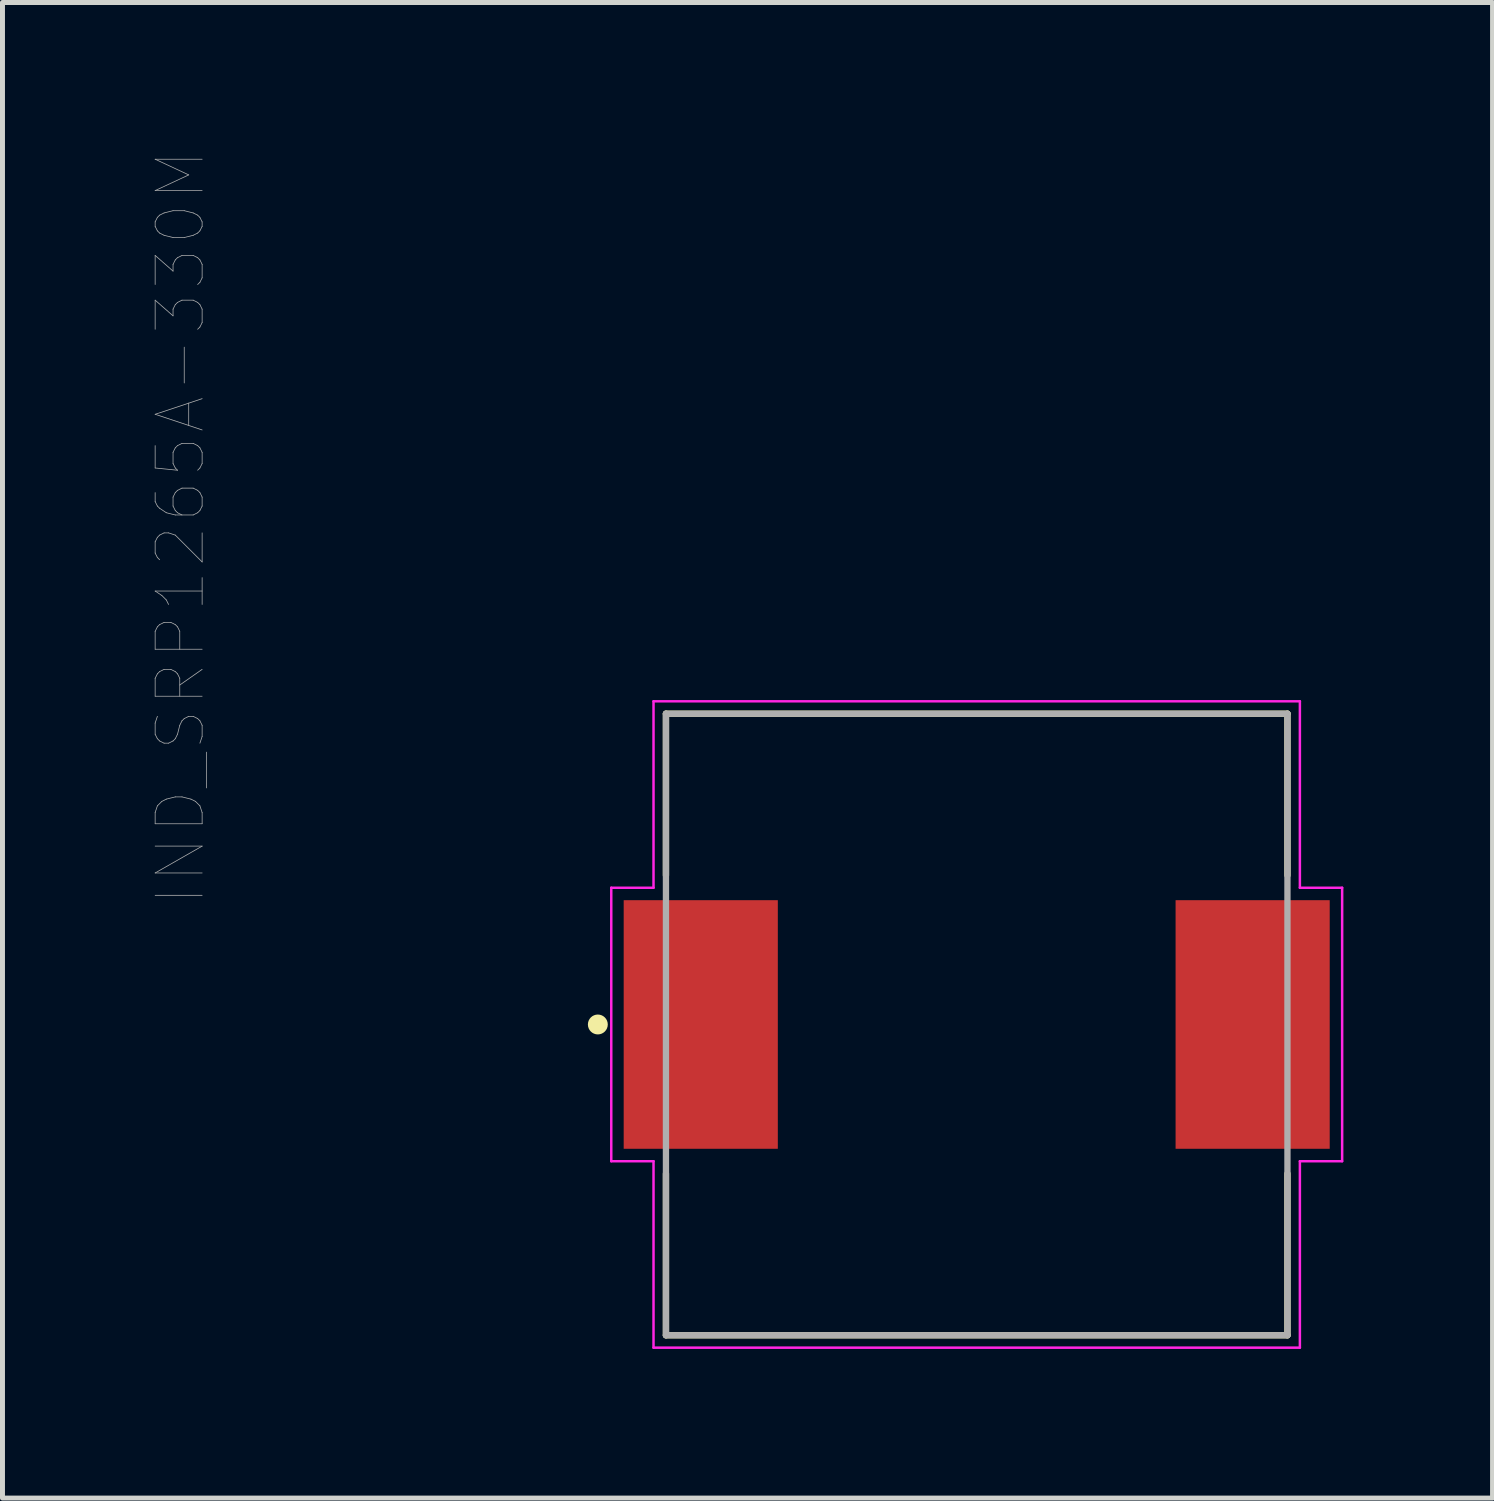
<source format=kicad_pcb>
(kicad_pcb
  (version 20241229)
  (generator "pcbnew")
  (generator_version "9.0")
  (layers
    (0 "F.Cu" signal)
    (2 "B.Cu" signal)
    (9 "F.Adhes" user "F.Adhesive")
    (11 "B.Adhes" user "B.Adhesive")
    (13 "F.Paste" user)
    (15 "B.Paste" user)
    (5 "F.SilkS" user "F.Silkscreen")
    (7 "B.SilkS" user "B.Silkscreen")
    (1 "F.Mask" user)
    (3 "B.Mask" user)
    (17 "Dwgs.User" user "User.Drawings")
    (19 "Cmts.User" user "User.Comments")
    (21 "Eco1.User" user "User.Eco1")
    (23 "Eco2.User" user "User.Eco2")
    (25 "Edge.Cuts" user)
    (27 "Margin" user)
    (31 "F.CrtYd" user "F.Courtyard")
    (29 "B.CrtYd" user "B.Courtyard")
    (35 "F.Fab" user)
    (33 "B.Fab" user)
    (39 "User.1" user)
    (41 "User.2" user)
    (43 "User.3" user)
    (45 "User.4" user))
  (footprint "IND_SRP1265A-330M"
    (layer "F.Cu")
    (at 16.594 17.555)
    (property "Reference" "IND_SRP1265A-330M" (at -16.015 -10 90) (layer "F.Fab") (effects (font (size 0.945 0.945) (thickness 0.015))))
    (attr through_hole)
    (fp_line (start -6.25 -6.25) (end 6.25 -6.25) (stroke (width 0.127) (type solid)) (layer "F.SilkS"))
    (fp_line (start -6.25 -3) (end -6.25 -6.25) (stroke (width 0.127) (type solid)) (layer "F.SilkS"))
    (fp_line (start -6.25 6.25) (end -6.25 3) (stroke (width 0.127) (type solid)) (layer "F.SilkS"))
    (fp_line (start 6.25 -6.25) (end 6.25 -3) (stroke (width 0.127) (type solid)) (layer "F.SilkS"))
    (fp_line (start 6.25 3) (end 6.25 6.25) (stroke (width 0.127) (type solid)) (layer "F.SilkS"))
    (fp_line (start 6.25 6.25) (end -6.25 6.25) (stroke (width 0.127) (type solid)) (layer "F.SilkS"))
    (fp_circle (center -7.62 0) (end -7.52 0) (stroke (width 0.2) (type solid)) (fill no) (layer "F.SilkS"))
    (fp_line (start -7.35 -2.75) (end -6.5 -2.75) (stroke (width 0.05) (type solid)) (layer "F.CrtYd"))
    (fp_line (start -7.35 2.75) (end -7.35 -2.75) (stroke (width 0.05) (type solid)) (layer "F.CrtYd"))
    (fp_line (start -6.5 -6.5) (end 6.5 -6.5) (stroke (width 0.05) (type solid)) (layer "F.CrtYd"))
    (fp_line (start -6.5 -2.75) (end -6.5 -6.5) (stroke (width 0.05) (type solid)) (layer "F.CrtYd"))
    (fp_line (start -6.5 2.75) (end -7.35 2.75) (stroke (width 0.05) (type solid)) (layer "F.CrtYd"))
    (fp_line (start -6.5 6.5) (end -6.5 2.75) (stroke (width 0.05) (type solid)) (layer "F.CrtYd"))
    (fp_line (start 6.5 -6.5) (end 6.5 -2.75) (stroke (width 0.05) (type solid)) (layer "F.CrtYd"))
    (fp_line (start 6.5 -2.75) (end 7.35 -2.75) (stroke (width 0.05) (type solid)) (layer "F.CrtYd"))
    (fp_line (start 6.5 2.75) (end 6.5 6.5) (stroke (width 0.05) (type solid)) (layer "F.CrtYd"))
    (fp_line (start 6.5 6.5) (end -6.5 6.5) (stroke (width 0.05) (type solid)) (layer "F.CrtYd"))
    (fp_line (start 7.35 -2.75) (end 7.35 2.75) (stroke (width 0.05) (type solid)) (layer "F.CrtYd"))
    (fp_line (start 7.35 2.75) (end 6.5 2.75) (stroke (width 0.05) (type solid)) (layer "F.CrtYd"))
    (fp_line (start -6.25 -6.25) (end 6.25 -6.25) (stroke (width 0.127) (type solid)) (layer "F.Fab"))
    (fp_line (start -6.25 6.25) (end -6.25 -6.25) (stroke (width 0.127) (type solid)) (layer "F.Fab"))
    (fp_line (start 6.25 -6.25) (end 6.25 6.25) (stroke (width 0.127) (type solid)) (layer "F.Fab"))
    (fp_line (start 6.25 6.25) (end -6.25 6.25) (stroke (width 0.127) (type solid)) (layer "F.Fab"))
    (pad "1" smd rect (at -5.55 0) (size 3.1 5) (layers "F.Cu" "F.Mask" "F.Paste"))
    (pad "2" smd rect (at 5.55 0) (size 3.1 5) (layers "F.Cu" "F.Mask" "F.Paste")))
  (gr_rect
    (start -3 -3)
    (end 26.969 27.08)
    (stroke (width 0.1) (type default))
    (fill no)
    (layer "Edge.Cuts")))
</source>
